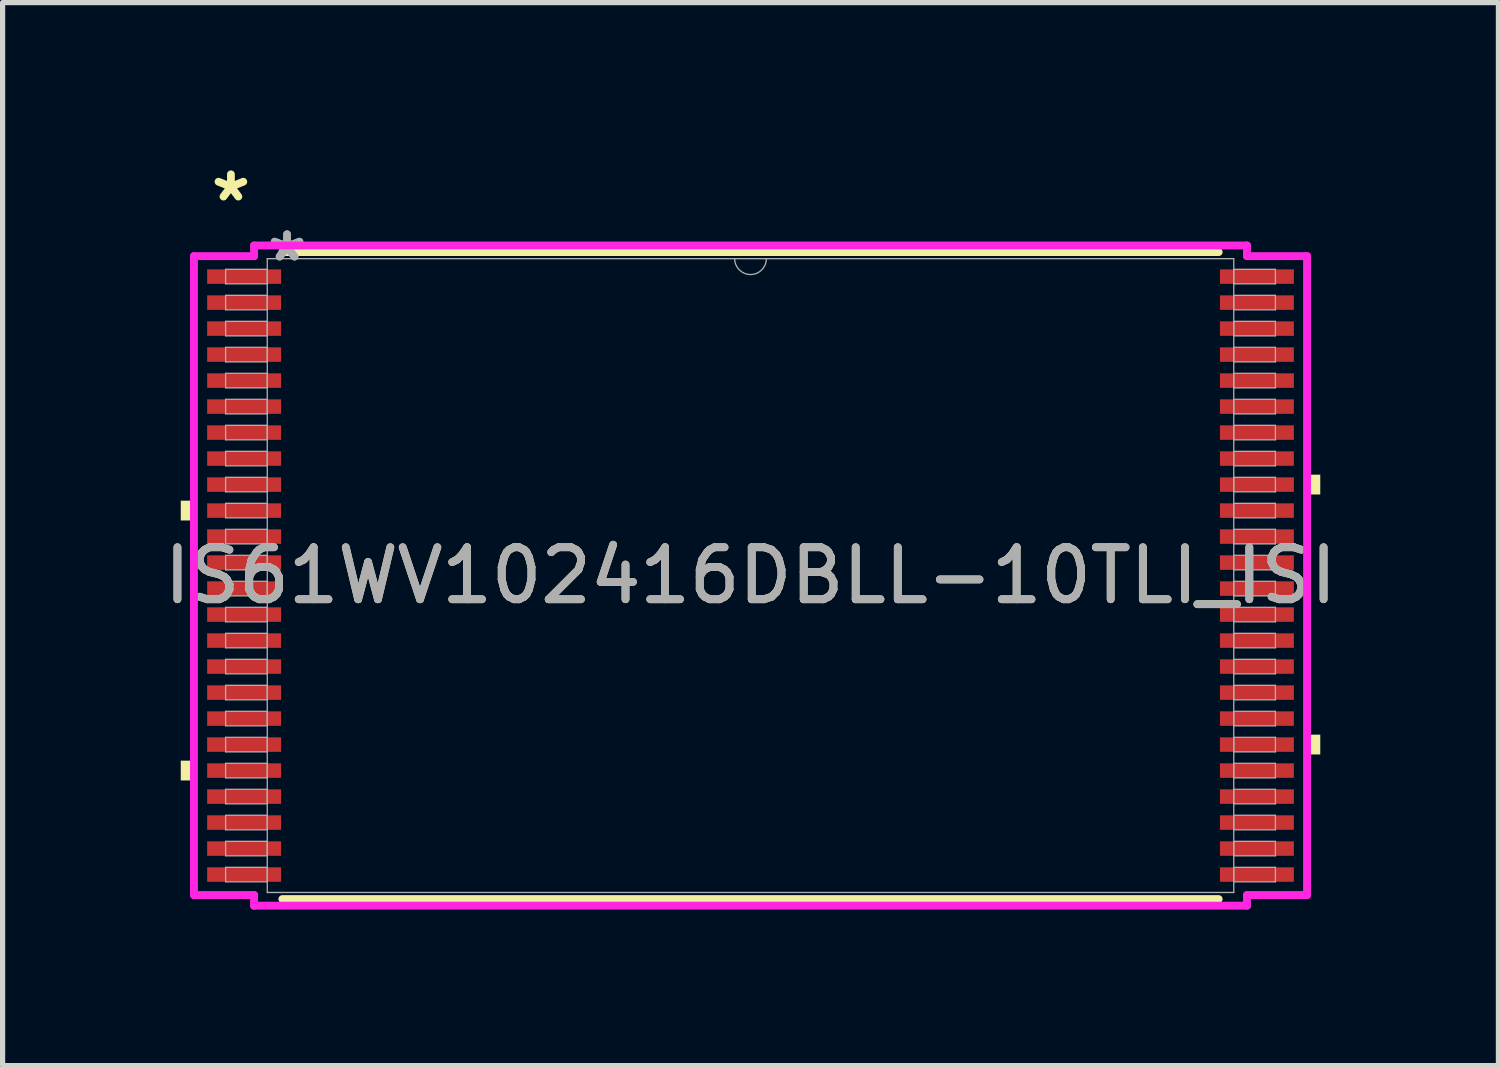
<source format=kicad_pcb>
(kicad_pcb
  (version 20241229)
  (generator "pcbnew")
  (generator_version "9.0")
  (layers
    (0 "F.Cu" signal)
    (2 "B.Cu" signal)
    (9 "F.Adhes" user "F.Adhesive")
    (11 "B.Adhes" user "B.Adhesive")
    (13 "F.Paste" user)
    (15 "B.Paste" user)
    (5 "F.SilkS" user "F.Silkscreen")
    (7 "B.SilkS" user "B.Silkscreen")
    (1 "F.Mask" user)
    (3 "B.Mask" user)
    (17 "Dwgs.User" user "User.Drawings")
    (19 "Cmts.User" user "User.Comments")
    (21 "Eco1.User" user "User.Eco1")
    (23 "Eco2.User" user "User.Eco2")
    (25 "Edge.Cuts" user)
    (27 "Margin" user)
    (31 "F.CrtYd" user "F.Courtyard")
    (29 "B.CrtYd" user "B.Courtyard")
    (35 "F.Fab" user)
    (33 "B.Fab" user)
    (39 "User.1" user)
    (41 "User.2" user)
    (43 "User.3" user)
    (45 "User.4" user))
  (footprint "IS61WV102416DBLL-10TLI_ISI"
    (layer "F.Cu")
    (at 11.387 8.022)
    (property "Reference" "IS61WV102416DBLL-10TLI_ISI" (at 0 0 0) (unlocked yes) (layer "F.SilkS") (effects (font (size 1 1) (thickness 0.15))))
    (attr smd)
    (fp_line (start -9.005 6.223) (end 9.005 6.223) (stroke (width 0.152) (type solid)) (layer "F.SilkS"))
    (fp_line (start 9.005 -6.223) (end -9.005 -6.223) (stroke (width 0.152) (type solid)) (layer "F.SilkS"))
    (fp_poly (pts (xy -10.96 -1.441) (xy -10.96 -1.06) (xy -10.706 -1.06) (xy -10.706 -1.441)) (stroke (width 0) (type solid)) (fill yes) (layer "F.SilkS"))
    (fp_poly (pts (xy -10.96 3.56) (xy -10.96 3.941) (xy -10.706 3.941) (xy -10.706 3.56)) (stroke (width 0) (type solid)) (fill yes) (layer "F.SilkS"))
    (fp_poly (pts (xy 10.96 -1.941) (xy 10.96 -1.56) (xy 10.706 -1.56) (xy 10.706 -1.941)) (stroke (width 0) (type solid)) (fill yes) (layer "F.SilkS"))
    (fp_poly (pts (xy 10.96 3.06) (xy 10.96 3.441) (xy 10.706 3.441) (xy 10.706 3.06)) (stroke (width 0) (type solid)) (fill yes) (layer "F.SilkS"))
    (fp_line (start -10.706 -6.145) (end -9.55 -6.145) (stroke (width 0.152) (type solid)) (layer "F.CrtYd"))
    (fp_line (start -10.706 6.145) (end -10.706 -6.145) (stroke (width 0.152) (type solid)) (layer "F.CrtYd"))
    (fp_line (start -10.706 6.145) (end -9.55 6.145) (stroke (width 0.152) (type solid)) (layer "F.CrtYd"))
    (fp_line (start -9.55 -6.35) (end 9.55 -6.35) (stroke (width 0.152) (type solid)) (layer "F.CrtYd"))
    (fp_line (start -9.55 -6.145) (end -9.55 -6.35) (stroke (width 0.152) (type solid)) (layer "F.CrtYd"))
    (fp_line (start -9.55 6.35) (end -9.55 6.145) (stroke (width 0.152) (type solid)) (layer "F.CrtYd"))
    (fp_line (start 9.55 -6.35) (end 9.55 -6.145) (stroke (width 0.152) (type solid)) (layer "F.CrtYd"))
    (fp_line (start 9.55 6.145) (end 9.55 6.35) (stroke (width 0.152) (type solid)) (layer "F.CrtYd"))
    (fp_line (start 9.55 6.35) (end -9.55 6.35) (stroke (width 0.152) (type solid)) (layer "F.CrtYd"))
    (fp_line (start 10.706 -6.145) (end 9.55 -6.145) (stroke (width 0.152) (type solid)) (layer "F.CrtYd"))
    (fp_line (start 10.706 -6.145) (end 10.706 6.145) (stroke (width 0.152) (type solid)) (layer "F.CrtYd"))
    (fp_line (start 10.706 6.145) (end 9.55 6.145) (stroke (width 0.152) (type solid)) (layer "F.CrtYd"))
    (fp_line (start -10.097 -5.891) (end -10.097 -5.612) (stroke (width 0.025) (type solid)) (layer "F.Fab"))
    (fp_line (start -10.097 -5.612) (end -9.296 -5.612) (stroke (width 0.025) (type solid)) (layer "F.Fab"))
    (fp_line (start -10.097 -5.391) (end -10.097 -5.112) (stroke (width 0.025) (type solid)) (layer "F.Fab"))
    (fp_line (start -10.097 -5.112) (end -9.296 -5.112) (stroke (width 0.025) (type solid)) (layer "F.Fab"))
    (fp_line (start -10.097 -4.891) (end -10.097 -4.611) (stroke (width 0.025) (type solid)) (layer "F.Fab"))
    (fp_line (start -10.097 -4.611) (end -9.296 -4.611) (stroke (width 0.025) (type solid)) (layer "F.Fab"))
    (fp_line (start -10.097 -4.391) (end -10.097 -4.111) (stroke (width 0.025) (type solid)) (layer "F.Fab"))
    (fp_line (start -10.097 -4.111) (end -9.296 -4.111) (stroke (width 0.025) (type solid)) (layer "F.Fab"))
    (fp_line (start -10.097 -3.891) (end -10.097 -3.611) (stroke (width 0.025) (type solid)) (layer "F.Fab"))
    (fp_line (start -10.097 -3.611) (end -9.296 -3.611) (stroke (width 0.025) (type solid)) (layer "F.Fab"))
    (fp_line (start -10.097 -3.391) (end -10.097 -3.111) (stroke (width 0.025) (type solid)) (layer "F.Fab"))
    (fp_line (start -10.097 -3.111) (end -9.296 -3.111) (stroke (width 0.025) (type solid)) (layer "F.Fab"))
    (fp_line (start -10.097 -2.89) (end -10.097 -2.611) (stroke (width 0.025) (type solid)) (layer "F.Fab"))
    (fp_line (start -10.097 -2.611) (end -9.296 -2.611) (stroke (width 0.025) (type solid)) (layer "F.Fab"))
    (fp_line (start -10.097 -2.39) (end -10.097 -2.111) (stroke (width 0.025) (type solid)) (layer "F.Fab"))
    (fp_line (start -10.097 -2.111) (end -9.296 -2.111) (stroke (width 0.025) (type solid)) (layer "F.Fab"))
    (fp_line (start -10.097 -1.89) (end -10.097 -1.611) (stroke (width 0.025) (type solid)) (layer "F.Fab"))
    (fp_line (start -10.097 -1.611) (end -9.296 -1.611) (stroke (width 0.025) (type solid)) (layer "F.Fab"))
    (fp_line (start -10.097 -1.39) (end -10.097 -1.111) (stroke (width 0.025) (type solid)) (layer "F.Fab"))
    (fp_line (start -10.097 -1.111) (end -9.296 -1.111) (stroke (width 0.025) (type solid)) (layer "F.Fab"))
    (fp_line (start -10.097 -0.89) (end -10.097 -0.61) (stroke (width 0.025) (type solid)) (layer "F.Fab"))
    (fp_line (start -10.097 -0.61) (end -9.296 -0.61) (stroke (width 0.025) (type solid)) (layer "F.Fab"))
    (fp_line (start -10.097 -0.39) (end -10.097 -0.11) (stroke (width 0.025) (type solid)) (layer "F.Fab"))
    (fp_line (start -10.097 -0.11) (end -9.296 -0.11) (stroke (width 0.025) (type solid)) (layer "F.Fab"))
    (fp_line (start -10.097 0.11) (end -10.097 0.39) (stroke (width 0.025) (type solid)) (layer "F.Fab"))
    (fp_line (start -10.097 0.39) (end -9.296 0.39) (stroke (width 0.025) (type solid)) (layer "F.Fab"))
    (fp_line (start -10.097 0.61) (end -10.097 0.89) (stroke (width 0.025) (type solid)) (layer "F.Fab"))
    (fp_line (start -10.097 0.89) (end -9.296 0.89) (stroke (width 0.025) (type solid)) (layer "F.Fab"))
    (fp_line (start -10.097 1.111) (end -10.097 1.39) (stroke (width 0.025) (type solid)) (layer "F.Fab"))
    (fp_line (start -10.097 1.39) (end -9.296 1.39) (stroke (width 0.025) (type solid)) (layer "F.Fab"))
    (fp_line (start -10.097 1.611) (end -10.097 1.89) (stroke (width 0.025) (type solid)) (layer "F.Fab"))
    (fp_line (start -10.097 1.89) (end -9.296 1.89) (stroke (width 0.025) (type solid)) (layer "F.Fab"))
    (fp_line (start -10.097 2.111) (end -10.097 2.39) (stroke (width 0.025) (type solid)) (layer "F.Fab"))
    (fp_line (start -10.097 2.39) (end -9.296 2.39) (stroke (width 0.025) (type solid)) (layer "F.Fab"))
    (fp_line (start -10.097 2.611) (end -10.097 2.89) (stroke (width 0.025) (type solid)) (layer "F.Fab"))
    (fp_line (start -10.097 2.89) (end -9.296 2.89) (stroke (width 0.025) (type solid)) (layer "F.Fab"))
    (fp_line (start -10.097 3.111) (end -10.097 3.391) (stroke (width 0.025) (type solid)) (layer "F.Fab"))
    (fp_line (start -10.097 3.391) (end -9.296 3.391) (stroke (width 0.025) (type solid)) (layer "F.Fab"))
    (fp_line (start -10.097 3.611) (end -10.097 3.891) (stroke (width 0.025) (type solid)) (layer "F.Fab"))
    (fp_line (start -10.097 3.891) (end -9.296 3.891) (stroke (width 0.025) (type solid)) (layer "F.Fab"))
    (fp_line (start -10.097 4.111) (end -10.097 4.391) (stroke (width 0.025) (type solid)) (layer "F.Fab"))
    (fp_line (start -10.097 4.391) (end -9.296 4.391) (stroke (width 0.025) (type solid)) (layer "F.Fab"))
    (fp_line (start -10.097 4.611) (end -10.097 4.891) (stroke (width 0.025) (type solid)) (layer "F.Fab"))
    (fp_line (start -10.097 4.891) (end -9.296 4.891) (stroke (width 0.025) (type solid)) (layer "F.Fab"))
    (fp_line (start -10.097 5.112) (end -10.097 5.391) (stroke (width 0.025) (type solid)) (layer "F.Fab"))
    (fp_line (start -10.097 5.391) (end -9.296 5.391) (stroke (width 0.025) (type solid)) (layer "F.Fab"))
    (fp_line (start -10.097 5.612) (end -10.097 5.891) (stroke (width 0.025) (type solid)) (layer "F.Fab"))
    (fp_line (start -10.097 5.891) (end -9.296 5.891) (stroke (width 0.025) (type solid)) (layer "F.Fab"))
    (fp_line (start -9.296 -6.096) (end -9.296 6.096) (stroke (width 0.025) (type solid)) (layer "F.Fab"))
    (fp_line (start -9.296 -5.891) (end -10.097 -5.891) (stroke (width 0.025) (type solid)) (layer "F.Fab"))
    (fp_line (start -9.296 -5.612) (end -9.296 -5.891) (stroke (width 0.025) (type solid)) (layer "F.Fab"))
    (fp_line (start -9.296 -5.391) (end -10.097 -5.391) (stroke (width 0.025) (type solid)) (layer "F.Fab"))
    (fp_line (start -9.296 -5.112) (end -9.296 -5.391) (stroke (width 0.025) (type solid)) (layer "F.Fab"))
    (fp_line (start -9.296 -4.891) (end -10.097 -4.891) (stroke (width 0.025) (type solid)) (layer "F.Fab"))
    (fp_line (start -9.296 -4.611) (end -9.296 -4.891) (stroke (width 0.025) (type solid)) (layer "F.Fab"))
    (fp_line (start -9.296 -4.391) (end -10.097 -4.391) (stroke (width 0.025) (type solid)) (layer "F.Fab"))
    (fp_line (start -9.296 -4.111) (end -9.296 -4.391) (stroke (width 0.025) (type solid)) (layer "F.Fab"))
    (fp_line (start -9.296 -3.891) (end -10.097 -3.891) (stroke (width 0.025) (type solid)) (layer "F.Fab"))
    (fp_line (start -9.296 -3.611) (end -9.296 -3.891) (stroke (width 0.025) (type solid)) (layer "F.Fab"))
    (fp_line (start -9.296 -3.391) (end -10.097 -3.391) (stroke (width 0.025) (type solid)) (layer "F.Fab"))
    (fp_line (start -9.296 -3.111) (end -9.296 -3.391) (stroke (width 0.025) (type solid)) (layer "F.Fab"))
    (fp_line (start -9.296 -2.89) (end -10.097 -2.89) (stroke (width 0.025) (type solid)) (layer "F.Fab"))
    (fp_line (start -9.296 -2.611) (end -9.296 -2.89) (stroke (width 0.025) (type solid)) (layer "F.Fab"))
    (fp_line (start -9.296 -2.39) (end -10.097 -2.39) (stroke (width 0.025) (type solid)) (layer "F.Fab"))
    (fp_line (start -9.296 -2.111) (end -9.296 -2.39) (stroke (width 0.025) (type solid)) (layer "F.Fab"))
    (fp_line (start -9.296 -1.89) (end -10.097 -1.89) (stroke (width 0.025) (type solid)) (layer "F.Fab"))
    (fp_line (start -9.296 -1.611) (end -9.296 -1.89) (stroke (width 0.025) (type solid)) (layer "F.Fab"))
    (fp_line (start -9.296 -1.39) (end -10.097 -1.39) (stroke (width 0.025) (type solid)) (layer "F.Fab"))
    (fp_line (start -9.296 -1.111) (end -9.296 -1.39) (stroke (width 0.025) (type solid)) (layer "F.Fab"))
    (fp_line (start -9.296 -0.89) (end -10.097 -0.89) (stroke (width 0.025) (type solid)) (layer "F.Fab"))
    (fp_line (start -9.296 -0.61) (end -9.296 -0.89) (stroke (width 0.025) (type solid)) (layer "F.Fab"))
    (fp_line (start -9.296 -0.39) (end -10.097 -0.39) (stroke (width 0.025) (type solid)) (layer "F.Fab"))
    (fp_line (start -9.296 -0.11) (end -9.296 -0.39) (stroke (width 0.025) (type solid)) (layer "F.Fab"))
    (fp_line (start -9.296 0.11) (end -10.097 0.11) (stroke (width 0.025) (type solid)) (layer "F.Fab"))
    (fp_line (start -9.296 0.39) (end -9.296 0.11) (stroke (width 0.025) (type solid)) (layer "F.Fab"))
    (fp_line (start -9.296 0.61) (end -10.097 0.61) (stroke (width 0.025) (type solid)) (layer "F.Fab"))
    (fp_line (start -9.296 0.89) (end -9.296 0.61) (stroke (width 0.025) (type solid)) (layer "F.Fab"))
    (fp_line (start -9.296 1.111) (end -10.097 1.111) (stroke (width 0.025) (type solid)) (layer "F.Fab"))
    (fp_line (start -9.296 1.39) (end -9.296 1.111) (stroke (width 0.025) (type solid)) (layer "F.Fab"))
    (fp_line (start -9.296 1.611) (end -10.097 1.611) (stroke (width 0.025) (type solid)) (layer "F.Fab"))
    (fp_line (start -9.296 1.89) (end -9.296 1.611) (stroke (width 0.025) (type solid)) (layer "F.Fab"))
    (fp_line (start -9.296 2.111) (end -10.097 2.111) (stroke (width 0.025) (type solid)) (layer "F.Fab"))
    (fp_line (start -9.296 2.39) (end -9.296 2.111) (stroke (width 0.025) (type solid)) (layer "F.Fab"))
    (fp_line (start -9.296 2.611) (end -10.097 2.611) (stroke (width 0.025) (type solid)) (layer "F.Fab"))
    (fp_line (start -9.296 2.89) (end -9.296 2.611) (stroke (width 0.025) (type solid)) (layer "F.Fab"))
    (fp_line (start -9.296 3.111) (end -10.097 3.111) (stroke (width 0.025) (type solid)) (layer "F.Fab"))
    (fp_line (start -9.296 3.391) (end -9.296 3.111) (stroke (width 0.025) (type solid)) (layer "F.Fab"))
    (fp_line (start -9.296 3.611) (end -10.097 3.611) (stroke (width 0.025) (type solid)) (layer "F.Fab"))
    (fp_line (start -9.296 3.891) (end -9.296 3.611) (stroke (width 0.025) (type solid)) (layer "F.Fab"))
    (fp_line (start -9.296 4.111) (end -10.097 4.111) (stroke (width 0.025) (type solid)) (layer "F.Fab"))
    (fp_line (start -9.296 4.391) (end -9.296 4.111) (stroke (width 0.025) (type solid)) (layer "F.Fab"))
    (fp_line (start -9.296 4.611) (end -10.097 4.611) (stroke (width 0.025) (type solid)) (layer "F.Fab"))
    (fp_line (start -9.296 4.891) (end -9.296 4.611) (stroke (width 0.025) (type solid)) (layer "F.Fab"))
    (fp_line (start -9.296 5.112) (end -10.097 5.112) (stroke (width 0.025) (type solid)) (layer "F.Fab"))
    (fp_line (start -9.296 5.391) (end -9.296 5.112) (stroke (width 0.025) (type solid)) (layer "F.Fab"))
    (fp_line (start -9.296 5.612) (end -10.097 5.612) (stroke (width 0.025) (type solid)) (layer "F.Fab"))
    (fp_line (start -9.296 5.891) (end -9.296 5.612) (stroke (width 0.025) (type solid)) (layer "F.Fab"))
    (fp_line (start -9.296 6.096) (end 9.296 6.096) (stroke (width 0.025) (type solid)) (layer "F.Fab"))
    (fp_line (start 9.296 -6.096) (end -9.296 -6.096) (stroke (width 0.025) (type solid)) (layer "F.Fab"))
    (fp_line (start 9.296 -5.891) (end 9.296 -5.612) (stroke (width 0.025) (type solid)) (layer "F.Fab"))
    (fp_line (start 9.296 -5.612) (end 10.097 -5.612) (stroke (width 0.025) (type solid)) (layer "F.Fab"))
    (fp_line (start 9.296 -5.391) (end 9.296 -5.112) (stroke (width 0.025) (type solid)) (layer "F.Fab"))
    (fp_line (start 9.296 -5.112) (end 10.097 -5.112) (stroke (width 0.025) (type solid)) (layer "F.Fab"))
    (fp_line (start 9.296 -4.891) (end 9.296 -4.611) (stroke (width 0.025) (type solid)) (layer "F.Fab"))
    (fp_line (start 9.296 -4.611) (end 10.097 -4.611) (stroke (width 0.025) (type solid)) (layer "F.Fab"))
    (fp_line (start 9.296 -4.391) (end 9.296 -4.111) (stroke (width 0.025) (type solid)) (layer "F.Fab"))
    (fp_line (start 9.296 -4.111) (end 10.097 -4.111) (stroke (width 0.025) (type solid)) (layer "F.Fab"))
    (fp_line (start 9.296 -3.891) (end 9.296 -3.611) (stroke (width 0.025) (type solid)) (layer "F.Fab"))
    (fp_line (start 9.296 -3.611) (end 10.097 -3.611) (stroke (width 0.025) (type solid)) (layer "F.Fab"))
    (fp_line (start 9.296 -3.391) (end 9.296 -3.111) (stroke (width 0.025) (type solid)) (layer "F.Fab"))
    (fp_line (start 9.296 -3.111) (end 10.097 -3.111) (stroke (width 0.025) (type solid)) (layer "F.Fab"))
    (fp_line (start 9.296 -2.89) (end 9.296 -2.611) (stroke (width 0.025) (type solid)) (layer "F.Fab"))
    (fp_line (start 9.296 -2.611) (end 10.097 -2.611) (stroke (width 0.025) (type solid)) (layer "F.Fab"))
    (fp_line (start 9.296 -2.39) (end 9.296 -2.111) (stroke (width 0.025) (type solid)) (layer "F.Fab"))
    (fp_line (start 9.296 -2.111) (end 10.097 -2.111) (stroke (width 0.025) (type solid)) (layer "F.Fab"))
    (fp_line (start 9.296 -1.89) (end 9.296 -1.611) (stroke (width 0.025) (type solid)) (layer "F.Fab"))
    (fp_line (start 9.296 -1.611) (end 10.097 -1.611) (stroke (width 0.025) (type solid)) (layer "F.Fab"))
    (fp_line (start 9.296 -1.39) (end 9.296 -1.111) (stroke (width 0.025) (type solid)) (layer "F.Fab"))
    (fp_line (start 9.296 -1.111) (end 10.097 -1.111) (stroke (width 0.025) (type solid)) (layer "F.Fab"))
    (fp_line (start 9.296 -0.89) (end 9.296 -0.61) (stroke (width 0.025) (type solid)) (layer "F.Fab"))
    (fp_line (start 9.296 -0.61) (end 10.097 -0.61) (stroke (width 0.025) (type solid)) (layer "F.Fab"))
    (fp_line (start 9.296 -0.39) (end 9.296 -0.11) (stroke (width 0.025) (type solid)) (layer "F.Fab"))
    (fp_line (start 9.296 -0.11) (end 10.097 -0.11) (stroke (width 0.025) (type solid)) (layer "F.Fab"))
    (fp_line (start 9.296 0.11) (end 9.296 0.39) (stroke (width 0.025) (type solid)) (layer "F.Fab"))
    (fp_line (start 9.296 0.39) (end 10.097 0.39) (stroke (width 0.025) (type solid)) (layer "F.Fab"))
    (fp_line (start 9.296 0.61) (end 9.296 0.89) (stroke (width 0.025) (type solid)) (layer "F.Fab"))
    (fp_line (start 9.296 0.89) (end 10.097 0.89) (stroke (width 0.025) (type solid)) (layer "F.Fab"))
    (fp_line (start 9.296 1.111) (end 9.296 1.39) (stroke (width 0.025) (type solid)) (layer "F.Fab"))
    (fp_line (start 9.296 1.39) (end 10.097 1.39) (stroke (width 0.025) (type solid)) (layer "F.Fab"))
    (fp_line (start 9.296 1.611) (end 9.296 1.89) (stroke (width 0.025) (type solid)) (layer "F.Fab"))
    (fp_line (start 9.296 1.89) (end 10.097 1.89) (stroke (width 0.025) (type solid)) (layer "F.Fab"))
    (fp_line (start 9.296 2.111) (end 9.296 2.39) (stroke (width 0.025) (type solid)) (layer "F.Fab"))
    (fp_line (start 9.296 2.39) (end 10.097 2.39) (stroke (width 0.025) (type solid)) (layer "F.Fab"))
    (fp_line (start 9.296 2.611) (end 9.296 2.89) (stroke (width 0.025) (type solid)) (layer "F.Fab"))
    (fp_line (start 9.296 2.89) (end 10.097 2.89) (stroke (width 0.025) (type solid)) (layer "F.Fab"))
    (fp_line (start 9.296 3.111) (end 9.296 3.391) (stroke (width 0.025) (type solid)) (layer "F.Fab"))
    (fp_line (start 9.296 3.391) (end 10.097 3.391) (stroke (width 0.025) (type solid)) (layer "F.Fab"))
    (fp_line (start 9.296 3.611) (end 9.296 3.891) (stroke (width 0.025) (type solid)) (layer "F.Fab"))
    (fp_line (start 9.296 3.891) (end 10.097 3.891) (stroke (width 0.025) (type solid)) (layer "F.Fab"))
    (fp_line (start 9.296 4.111) (end 9.296 4.391) (stroke (width 0.025) (type solid)) (layer "F.Fab"))
    (fp_line (start 9.296 4.391) (end 10.097 4.391) (stroke (width 0.025) (type solid)) (layer "F.Fab"))
    (fp_line (start 9.296 4.611) (end 9.296 4.891) (stroke (width 0.025) (type solid)) (layer "F.Fab"))
    (fp_line (start 9.296 4.891) (end 10.097 4.891) (stroke (width 0.025) (type solid)) (layer "F.Fab"))
    (fp_line (start 9.296 5.112) (end 9.296 5.391) (stroke (width 0.025) (type solid)) (layer "F.Fab"))
    (fp_line (start 9.296 5.391) (end 10.097 5.391) (stroke (width 0.025) (type solid)) (layer "F.Fab"))
    (fp_line (start 9.296 5.612) (end 9.296 5.891) (stroke (width 0.025) (type solid)) (layer "F.Fab"))
    (fp_line (start 9.296 5.891) (end 10.097 5.891) (stroke (width 0.025) (type solid)) (layer "F.Fab"))
    (fp_line (start 9.296 6.096) (end 9.296 -6.096) (stroke (width 0.025) (type solid)) (layer "F.Fab"))
    (fp_line (start 10.097 -5.891) (end 9.296 -5.891) (stroke (width 0.025) (type solid)) (layer "F.Fab"))
    (fp_line (start 10.097 -5.612) (end 10.097 -5.891) (stroke (width 0.025) (type solid)) (layer "F.Fab"))
    (fp_line (start 10.097 -5.391) (end 9.296 -5.391) (stroke (width 0.025) (type solid)) (layer "F.Fab"))
    (fp_line (start 10.097 -5.112) (end 10.097 -5.391) (stroke (width 0.025) (type solid)) (layer "F.Fab"))
    (fp_line (start 10.097 -4.891) (end 9.296 -4.891) (stroke (width 0.025) (type solid)) (layer "F.Fab"))
    (fp_line (start 10.097 -4.611) (end 10.097 -4.891) (stroke (width 0.025) (type solid)) (layer "F.Fab"))
    (fp_line (start 10.097 -4.391) (end 9.296 -4.391) (stroke (width 0.025) (type solid)) (layer "F.Fab"))
    (fp_line (start 10.097 -4.111) (end 10.097 -4.391) (stroke (width 0.025) (type solid)) (layer "F.Fab"))
    (fp_line (start 10.097 -3.891) (end 9.296 -3.891) (stroke (width 0.025) (type solid)) (layer "F.Fab"))
    (fp_line (start 10.097 -3.611) (end 10.097 -3.891) (stroke (width 0.025) (type solid)) (layer "F.Fab"))
    (fp_line (start 10.097 -3.391) (end 9.296 -3.391) (stroke (width 0.025) (type solid)) (layer "F.Fab"))
    (fp_line (start 10.097 -3.111) (end 10.097 -3.391) (stroke (width 0.025) (type solid)) (layer "F.Fab"))
    (fp_line (start 10.097 -2.89) (end 9.296 -2.89) (stroke (width 0.025) (type solid)) (layer "F.Fab"))
    (fp_line (start 10.097 -2.611) (end 10.097 -2.89) (stroke (width 0.025) (type solid)) (layer "F.Fab"))
    (fp_line (start 10.097 -2.39) (end 9.296 -2.39) (stroke (width 0.025) (type solid)) (layer "F.Fab"))
    (fp_line (start 10.097 -2.111) (end 10.097 -2.39) (stroke (width 0.025) (type solid)) (layer "F.Fab"))
    (fp_line (start 10.097 -1.89) (end 9.296 -1.89) (stroke (width 0.025) (type solid)) (layer "F.Fab"))
    (fp_line (start 10.097 -1.611) (end 10.097 -1.89) (stroke (width 0.025) (type solid)) (layer "F.Fab"))
    (fp_line (start 10.097 -1.39) (end 9.296 -1.39) (stroke (width 0.025) (type solid)) (layer "F.Fab"))
    (fp_line (start 10.097 -1.111) (end 10.097 -1.39) (stroke (width 0.025) (type solid)) (layer "F.Fab"))
    (fp_line (start 10.097 -0.89) (end 9.296 -0.89) (stroke (width 0.025) (type solid)) (layer "F.Fab"))
    (fp_line (start 10.097 -0.61) (end 10.097 -0.89) (stroke (width 0.025) (type solid)) (layer "F.Fab"))
    (fp_line (start 10.097 -0.39) (end 9.296 -0.39) (stroke (width 0.025) (type solid)) (layer "F.Fab"))
    (fp_line (start 10.097 -0.11) (end 10.097 -0.39) (stroke (width 0.025) (type solid)) (layer "F.Fab"))
    (fp_line (start 10.097 0.11) (end 9.296 0.11) (stroke (width 0.025) (type solid)) (layer "F.Fab"))
    (fp_line (start 10.097 0.39) (end 10.097 0.11) (stroke (width 0.025) (type solid)) (layer "F.Fab"))
    (fp_line (start 10.097 0.61) (end 9.296 0.61) (stroke (width 0.025) (type solid)) (layer "F.Fab"))
    (fp_line (start 10.097 0.89) (end 10.097 0.61) (stroke (width 0.025) (type solid)) (layer "F.Fab"))
    (fp_line (start 10.097 1.111) (end 9.296 1.111) (stroke (width 0.025) (type solid)) (layer "F.Fab"))
    (fp_line (start 10.097 1.39) (end 10.097 1.111) (stroke (width 0.025) (type solid)) (layer "F.Fab"))
    (fp_line (start 10.097 1.611) (end 9.296 1.611) (stroke (width 0.025) (type solid)) (layer "F.Fab"))
    (fp_line (start 10.097 1.89) (end 10.097 1.611) (stroke (width 0.025) (type solid)) (layer "F.Fab"))
    (fp_line (start 10.097 2.111) (end 9.296 2.111) (stroke (width 0.025) (type solid)) (layer "F.Fab"))
    (fp_line (start 10.097 2.39) (end 10.097 2.111) (stroke (width 0.025) (type solid)) (layer "F.Fab"))
    (fp_line (start 10.097 2.611) (end 9.296 2.611) (stroke (width 0.025) (type solid)) (layer "F.Fab"))
    (fp_line (start 10.097 2.89) (end 10.097 2.611) (stroke (width 0.025) (type solid)) (layer "F.Fab"))
    (fp_line (start 10.097 3.111) (end 9.296 3.111) (stroke (width 0.025) (type solid)) (layer "F.Fab"))
    (fp_line (start 10.097 3.391) (end 10.097 3.111) (stroke (width 0.025) (type solid)) (layer "F.Fab"))
    (fp_line (start 10.097 3.611) (end 9.296 3.611) (stroke (width 0.025) (type solid)) (layer "F.Fab"))
    (fp_line (start 10.097 3.891) (end 10.097 3.611) (stroke (width 0.025) (type solid)) (layer "F.Fab"))
    (fp_line (start 10.097 4.111) (end 9.296 4.111) (stroke (width 0.025) (type solid)) (layer "F.Fab"))
    (fp_line (start 10.097 4.391) (end 10.097 4.111) (stroke (width 0.025) (type solid)) (layer "F.Fab"))
    (fp_line (start 10.097 4.611) (end 9.296 4.611) (stroke (width 0.025) (type solid)) (layer "F.Fab"))
    (fp_line (start 10.097 4.891) (end 10.097 4.611) (stroke (width 0.025) (type solid)) (layer "F.Fab"))
    (fp_line (start 10.097 5.112) (end 9.296 5.112) (stroke (width 0.025) (type solid)) (layer "F.Fab"))
    (fp_line (start 10.097 5.391) (end 10.097 5.112) (stroke (width 0.025) (type solid)) (layer "F.Fab"))
    (fp_line (start 10.097 5.612) (end 9.296 5.612) (stroke (width 0.025) (type solid)) (layer "F.Fab"))
    (fp_line (start 10.097 5.891) (end 10.097 5.612) (stroke (width 0.025) (type solid)) (layer "F.Fab"))
    (fp_arc (start 0.3048 -6.096) (mid 0 -5.7912) (end -0.3048 -6.096) (stroke (width 0.0254) (type solid)) (layer "F.Fab"))
    (fp_text user "*" (at -9.995 -7.174 0) (unlocked yes) (layer "F.SilkS") (effects (font (size 1 1) (thickness 0.15))))
    (fp_text user "*" (at -8.915 -6.02 0) (unlocked yes) (layer "F.Fab") (effects (font (size 1 1) (thickness 0.15))))
    (fp_text user "${REFERENCE}" (at 0 0 0) (unlocked yes) (layer "F.Fab") (effects (font (size 1 1) (thickness 0.15))))
    (fp_text user "*" (at -8.915 -6.02 0) (layer "F.Fab") (effects (font (size 1 1) (thickness 0.15))))
    (pad "1" smd rect (at -9.741 -5.751) (size 1.422 0.279) (layers "F.Cu" "F.Mask" "F.Paste"))
    (pad "2" smd rect (at -9.741 -5.251) (size 1.422 0.279) (layers "F.Cu" "F.Mask" "F.Paste"))
    (pad "3" smd rect (at -9.741 -4.751) (size 1.422 0.279) (layers "F.Cu" "F.Mask" "F.Paste"))
    (pad "4" smd rect (at -9.741 -4.251) (size 1.422 0.279) (layers "F.Cu" "F.Mask" "F.Paste"))
    (pad "5" smd rect (at -9.741 -3.751) (size 1.422 0.279) (layers "F.Cu" "F.Mask" "F.Paste"))
    (pad "6" smd rect (at -9.741 -3.251) (size 1.422 0.279) (layers "F.Cu" "F.Mask" "F.Paste"))
    (pad "7" smd rect (at -9.741 -2.751) (size 1.422 0.279) (layers "F.Cu" "F.Mask" "F.Paste"))
    (pad "8" smd rect (at -9.741 -2.251) (size 1.422 0.279) (layers "F.Cu" "F.Mask" "F.Paste"))
    (pad "9" smd rect (at -9.741 -1.75) (size 1.422 0.279) (layers "F.Cu" "F.Mask" "F.Paste"))
    (pad "10" smd rect (at -9.741 -1.25) (size 1.422 0.279) (layers "F.Cu" "F.Mask" "F.Paste"))
    (pad "11" smd rect (at -9.741 -0.75) (size 1.422 0.279) (layers "F.Cu" "F.Mask" "F.Paste"))
    (pad "12" smd rect (at -9.741 -0.25) (size 1.422 0.279) (layers "F.Cu" "F.Mask" "F.Paste"))
    (pad "13" smd rect (at -9.741 0.25) (size 1.422 0.279) (layers "F.Cu" "F.Mask" "F.Paste"))
    (pad "14" smd rect (at -9.741 0.75) (size 1.422 0.279) (layers "F.Cu" "F.Mask" "F.Paste"))
    (pad "15" smd rect (at -9.741 1.25) (size 1.422 0.279) (layers "F.Cu" "F.Mask" "F.Paste"))
    (pad "16" smd rect (at -9.741 1.75) (size 1.422 0.279) (layers "F.Cu" "F.Mask" "F.Paste"))
    (pad "17" smd rect (at -9.741 2.251) (size 1.422 0.279) (layers "F.Cu" "F.Mask" "F.Paste"))
    (pad "18" smd rect (at -9.741 2.751) (size 1.422 0.279) (layers "F.Cu" "F.Mask" "F.Paste"))
    (pad "19" smd rect (at -9.741 3.251) (size 1.422 0.279) (layers "F.Cu" "F.Mask" "F.Paste"))
    (pad "20" smd rect (at -9.741 3.751) (size 1.422 0.279) (layers "F.Cu" "F.Mask" "F.Paste"))
    (pad "21" smd rect (at -9.741 4.251) (size 1.422 0.279) (layers "F.Cu" "F.Mask" "F.Paste"))
    (pad "22" smd rect (at -9.741 4.751) (size 1.422 0.279) (layers "F.Cu" "F.Mask" "F.Paste"))
    (pad "23" smd rect (at -9.741 5.251) (size 1.422 0.279) (layers "F.Cu" "F.Mask" "F.Paste"))
    (pad "24" smd rect (at -9.741 5.751) (size 1.422 0.279) (layers "F.Cu" "F.Mask" "F.Paste"))
    (pad "25" smd rect (at 9.741 5.751) (size 1.422 0.279) (layers "F.Cu" "F.Mask" "F.Paste"))
    (pad "26" smd rect (at 9.741 5.251) (size 1.422 0.279) (layers "F.Cu" "F.Mask" "F.Paste"))
    (pad "27" smd rect (at 9.741 4.751) (size 1.422 0.279) (layers "F.Cu" "F.Mask" "F.Paste"))
    (pad "28" smd rect (at 9.741 4.251) (size 1.422 0.279) (layers "F.Cu" "F.Mask" "F.Paste"))
    (pad "29" smd rect (at 9.741 3.751) (size 1.422 0.279) (layers "F.Cu" "F.Mask" "F.Paste"))
    (pad "30" smd rect (at 9.741 3.251) (size 1.422 0.279) (layers "F.Cu" "F.Mask" "F.Paste"))
    (pad "31" smd rect (at 9.741 2.751) (size 1.422 0.279) (layers "F.Cu" "F.Mask" "F.Paste"))
    (pad "32" smd rect (at 9.741 2.251) (size 1.422 0.279) (layers "F.Cu" "F.Mask" "F.Paste"))
    (pad "33" smd rect (at 9.741 1.75) (size 1.422 0.279) (layers "F.Cu" "F.Mask" "F.Paste"))
    (pad "34" smd rect (at 9.741 1.25) (size 1.422 0.279) (layers "F.Cu" "F.Mask" "F.Paste"))
    (pad "35" smd rect (at 9.741 0.75) (size 1.422 0.279) (layers "F.Cu" "F.Mask" "F.Paste"))
    (pad "36" smd rect (at 9.741 0.25) (size 1.422 0.279) (layers "F.Cu" "F.Mask" "F.Paste"))
    (pad "37" smd rect (at 9.741 -0.25) (size 1.422 0.279) (layers "F.Cu" "F.Mask" "F.Paste"))
    (pad "38" smd rect (at 9.741 -0.75) (size 1.422 0.279) (layers "F.Cu" "F.Mask" "F.Paste"))
    (pad "39" smd rect (at 9.741 -1.25) (size 1.422 0.279) (layers "F.Cu" "F.Mask" "F.Paste"))
    (pad "40" smd rect (at 9.741 -1.75) (size 1.422 0.279) (layers "F.Cu" "F.Mask" "F.Paste"))
    (pad "41" smd rect (at 9.741 -2.251) (size 1.422 0.279) (layers "F.Cu" "F.Mask" "F.Paste"))
    (pad "42" smd rect (at 9.741 -2.751) (size 1.422 0.279) (layers "F.Cu" "F.Mask" "F.Paste"))
    (pad "43" smd rect (at 9.741 -3.251) (size 1.422 0.279) (layers "F.Cu" "F.Mask" "F.Paste"))
    (pad "44" smd rect (at 9.741 -3.751) (size 1.422 0.279) (layers "F.Cu" "F.Mask" "F.Paste"))
    (pad "45" smd rect (at 9.741 -4.251) (size 1.422 0.279) (layers "F.Cu" "F.Mask" "F.Paste"))
    (pad "46" smd rect (at 9.741 -4.751) (size 1.422 0.279) (layers "F.Cu" "F.Mask" "F.Paste"))
    (pad "47" smd rect (at 9.741 -5.251) (size 1.422 0.279) (layers "F.Cu" "F.Mask" "F.Paste"))
    (pad "48" smd rect (at 9.741 -5.751) (size 1.422 0.279) (layers "F.Cu" "F.Mask" "F.Paste")))
  (gr_rect
    (start -3 -3)
    (end 25.774 17.448)
    (stroke (width 0.1) (type default))
    (fill no)
    (layer "Edge.Cuts")))
</source>
